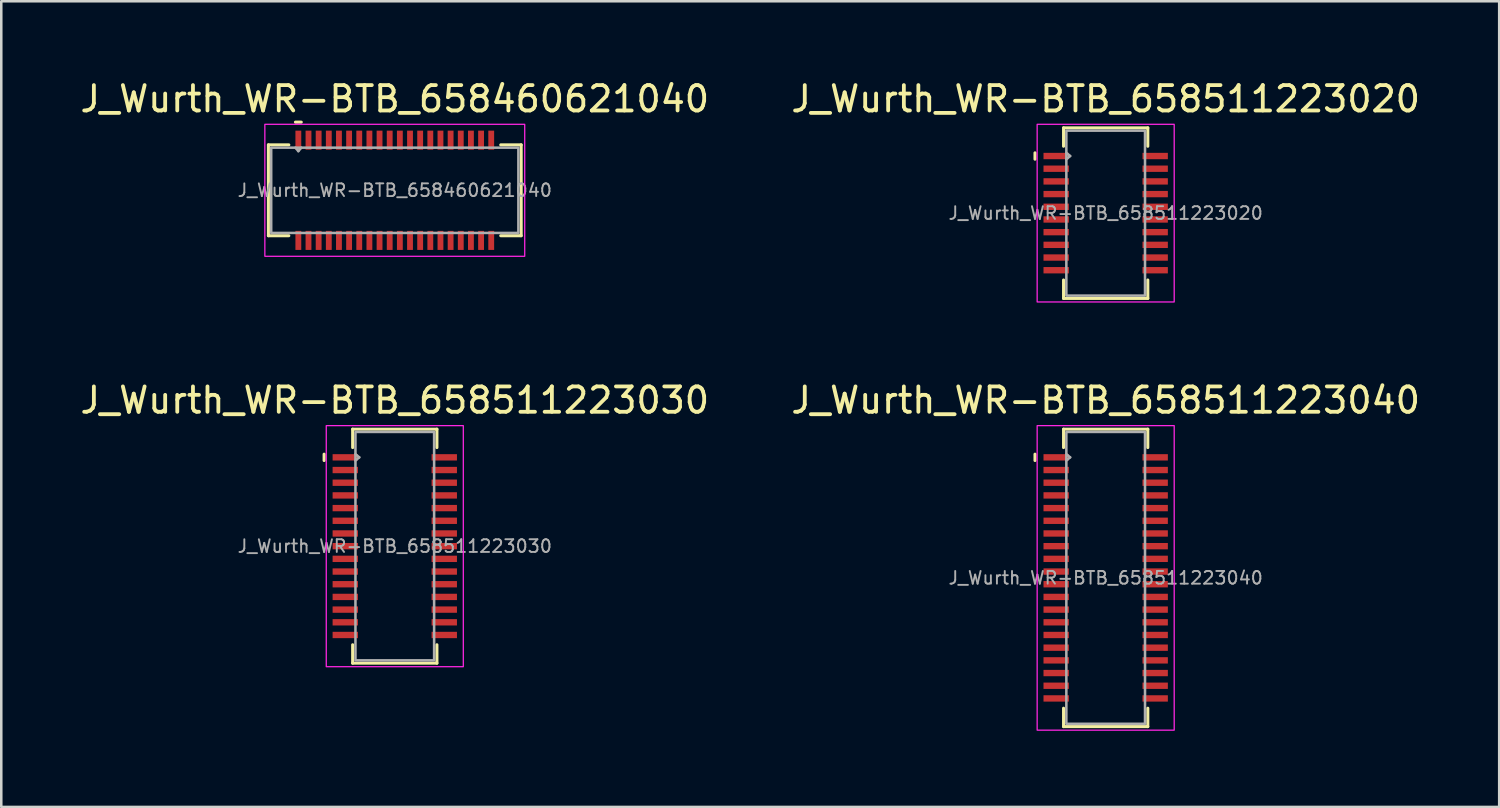
<source format=kicad_pcb>
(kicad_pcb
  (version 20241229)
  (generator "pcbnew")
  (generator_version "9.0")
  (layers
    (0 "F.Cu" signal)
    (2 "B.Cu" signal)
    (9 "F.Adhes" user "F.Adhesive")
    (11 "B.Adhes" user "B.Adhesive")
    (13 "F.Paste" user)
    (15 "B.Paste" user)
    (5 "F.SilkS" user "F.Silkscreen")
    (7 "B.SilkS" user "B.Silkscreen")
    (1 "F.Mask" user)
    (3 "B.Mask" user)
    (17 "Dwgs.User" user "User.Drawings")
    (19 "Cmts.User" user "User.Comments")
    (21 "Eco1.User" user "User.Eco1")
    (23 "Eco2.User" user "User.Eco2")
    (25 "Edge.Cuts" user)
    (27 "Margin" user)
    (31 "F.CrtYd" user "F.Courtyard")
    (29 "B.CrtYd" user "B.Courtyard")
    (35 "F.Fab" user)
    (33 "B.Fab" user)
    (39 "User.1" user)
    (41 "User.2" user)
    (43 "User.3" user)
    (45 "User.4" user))
  (footprint "J_Wurth_WR-BTB_658511223020"
    (layer "F.Cu")
    (at 40.518 5.348)
    (property "Reference" "J_Wurth_WR-BTB_658511223020" (at 0 -4.5 0) (unlocked yes) (layer "F.SilkS") (effects (font (size 1 1) (thickness 0.15))))
    (attr smd)
    (fp_line (start -2.785 -2.375) (end -2.785 -2.125) (stroke (width 0.12) (type solid)) (layer "F.SilkS"))
    (fp_line (start -1.66 -3.36) (end 1.66 -3.36) (stroke (width 0.12) (type default)) (layer "F.SilkS"))
    (fp_line (start -1.66 -2.635) (end -1.66 -3.36) (stroke (width 0.12) (type default)) (layer "F.SilkS"))
    (fp_line (start -1.66 3.36) (end -1.66 2.635) (stroke (width 0.12) (type default)) (layer "F.SilkS"))
    (fp_line (start 1.66 -3.36) (end 1.66 -2.635) (stroke (width 0.12) (type default)) (layer "F.SilkS"))
    (fp_line (start 1.66 3.36) (end -1.66 3.36) (stroke (width 0.12) (type default)) (layer "F.SilkS"))
    (fp_line (start 1.66 3.36) (end 1.66 2.635) (stroke (width 0.12) (type default)) (layer "F.SilkS"))
    (fp_rect (start -2.7 -3.5) (end 2.7 3.5) (stroke (width 0.05) (type solid)) (fill no) (layer "F.CrtYd"))
    (fp_line (start -1.55 -2.375) (end -1.4 -2.25) (stroke (width 0.1) (type solid)) (layer "F.Fab"))
    (fp_line (start -1.55 -2.125) (end -1.4 -2.25) (stroke (width 0.1) (type solid)) (layer "F.Fab"))
    (fp_rect (start -1.55 -3.25) (end 1.55 3.25) (stroke (width 0.1) (type solid)) (fill no) (layer "F.Fab"))
    (fp_text user "${REFERENCE}" (at 0 0 0) (unlocked yes) (layer "F.Fab") (effects (font (size 0.5 0.5) (thickness 0.075))))
    (pad "1" smd rect (at -1.95 -2.25) (size 1 0.25) (layers "F.Cu" "F.Mask" "F.Paste"))
    (pad "2" smd rect (at -1.95 -1.75) (size 1 0.25) (layers "F.Cu" "F.Mask" "F.Paste"))
    (pad "3" smd rect (at -1.95 -1.25) (size 1 0.25) (layers "F.Cu" "F.Mask" "F.Paste"))
    (pad "4" smd rect (at -1.95 -0.75) (size 1 0.25) (layers "F.Cu" "F.Mask" "F.Paste"))
    (pad "5" smd rect (at -1.95 -0.25) (size 1 0.25) (layers "F.Cu" "F.Mask" "F.Paste"))
    (pad "6" smd rect (at -1.95 0.25) (size 1 0.25) (layers "F.Cu" "F.Mask" "F.Paste"))
    (pad "7" smd rect (at -1.95 0.75) (size 1 0.25) (layers "F.Cu" "F.Mask" "F.Paste"))
    (pad "8" smd rect (at -1.95 1.25) (size 1 0.25) (layers "F.Cu" "F.Mask" "F.Paste"))
    (pad "9" smd rect (at -1.95 1.75) (size 1 0.25) (layers "F.Cu" "F.Mask" "F.Paste"))
    (pad "10" smd rect (at -1.95 2.25) (size 1 0.25) (layers "F.Cu" "F.Mask" "F.Paste"))
    (pad "11" smd rect (at 1.95 -2.25) (size 1 0.25) (layers "F.Cu" "F.Mask" "F.Paste"))
    (pad "12" smd rect (at 1.95 -1.75) (size 1 0.25) (layers "F.Cu" "F.Mask" "F.Paste"))
    (pad "13" smd rect (at 1.95 -1.25) (size 1 0.25) (layers "F.Cu" "F.Mask" "F.Paste"))
    (pad "14" smd rect (at 1.95 -0.75) (size 1 0.25) (layers "F.Cu" "F.Mask" "F.Paste"))
    (pad "15" smd rect (at 1.95 -0.25) (size 1 0.25) (layers "F.Cu" "F.Mask" "F.Paste"))
    (pad "16" smd rect (at 1.95 0.25) (size 1 0.25) (layers "F.Cu" "F.Mask" "F.Paste"))
    (pad "17" smd rect (at 1.95 0.75) (size 1 0.25) (layers "F.Cu" "F.Mask" "F.Paste"))
    (pad "18" smd rect (at 1.95 1.25) (size 1 0.25) (layers "F.Cu" "F.Mask" "F.Paste"))
    (pad "19" smd rect (at 1.95 1.75) (size 1 0.25) (layers "F.Cu" "F.Mask" "F.Paste"))
    (pad "20" smd rect (at 1.95 2.25) (size 1 0.25) (layers "F.Cu" "F.Mask" "F.Paste")))
  (footprint "J_Wurth_WR-BTB_658460621040"
    (layer "F.Cu")
    (at 12.506 4.448)
    (property "Reference" "J_Wurth_WR-BTB_658460621040" (at 0 -3.6 0) (unlocked yes) (layer "F.SilkS") (effects (font (size 1 1) (thickness 0.15))))
    (attr smd)
    (fp_line (start -4.98 -1.79) (end -4.175 -1.79) (stroke (width 0.12) (type default)) (layer "F.SilkS"))
    (fp_line (start -4.98 1.79) (end -4.98 -1.79) (stroke (width 0.12) (type default)) (layer "F.SilkS"))
    (fp_line (start -4.175 1.79) (end -4.98 1.79) (stroke (width 0.12) (type default)) (layer "F.SilkS"))
    (fp_line (start -3.915 -2.685) (end -3.685 -2.685) (stroke (width 0.12) (type solid)) (layer "F.SilkS"))
    (fp_line (start 4.98 -1.79) (end 4.175 -1.79) (stroke (width 0.12) (type default)) (layer "F.SilkS"))
    (fp_line (start 4.98 -1.79) (end 4.98 1.79) (stroke (width 0.12) (type default)) (layer "F.SilkS"))
    (fp_line (start 4.98 1.79) (end 4.175 1.79) (stroke (width 0.12) (type default)) (layer "F.SilkS"))
    (fp_rect (start -5.12 -2.6) (end 5.12 2.6) (stroke (width 0.05) (type solid)) (fill no) (layer "F.CrtYd"))
    (fp_line (start -3.915 -1.68) (end -3.8 -1.542) (stroke (width 0.1) (type solid)) (layer "F.Fab"))
    (fp_line (start -3.685 -1.68) (end -3.8 -1.542) (stroke (width 0.1) (type solid)) (layer "F.Fab"))
    (fp_rect (start -4.87 -1.68) (end 4.87 1.68) (stroke (width 0.1) (type solid)) (fill no) (layer "F.Fab"))
    (fp_text user "${REFERENCE}" (at 0 0 0) (unlocked yes) (layer "F.Fab") (effects (font (size 0.5 0.5) (thickness 0.075))))
    (pad "1" smd rect (at -3.8 -1.975) (size 0.23 0.75) (layers "F.Cu" "F.Mask" "F.Paste"))
    (pad "2" smd rect (at -3.4 -1.975) (size 0.23 0.75) (layers "F.Cu" "F.Mask" "F.Paste"))
    (pad "3" smd rect (at -3 -1.975) (size 0.23 0.75) (layers "F.Cu" "F.Mask" "F.Paste"))
    (pad "4" smd rect (at -2.6 -1.975) (size 0.23 0.75) (layers "F.Cu" "F.Mask" "F.Paste"))
    (pad "5" smd rect (at -2.2 -1.975) (size 0.23 0.75) (layers "F.Cu" "F.Mask" "F.Paste"))
    (pad "6" smd rect (at -1.8 -1.975) (size 0.23 0.75) (layers "F.Cu" "F.Mask" "F.Paste"))
    (pad "7" smd rect (at -1.4 -1.975) (size 0.23 0.75) (layers "F.Cu" "F.Mask" "F.Paste"))
    (pad "8" smd rect (at -1 -1.975) (size 0.23 0.75) (layers "F.Cu" "F.Mask" "F.Paste"))
    (pad "9" smd rect (at -0.6 -1.975) (size 0.23 0.75) (layers "F.Cu" "F.Mask" "F.Paste"))
    (pad "10" smd rect (at -0.2 -1.975) (size 0.23 0.75) (layers "F.Cu" "F.Mask" "F.Paste"))
    (pad "11" smd rect (at 0.2 -1.975) (size 0.23 0.75) (layers "F.Cu" "F.Mask" "F.Paste"))
    (pad "12" smd rect (at 0.6 -1.975) (size 0.23 0.75) (layers "F.Cu" "F.Mask" "F.Paste"))
    (pad "13" smd rect (at 1 -1.975) (size 0.23 0.75) (layers "F.Cu" "F.Mask" "F.Paste"))
    (pad "14" smd rect (at 1.4 -1.975) (size 0.23 0.75) (layers "F.Cu" "F.Mask" "F.Paste"))
    (pad "15" smd rect (at 1.8 -1.975) (size 0.23 0.75) (layers "F.Cu" "F.Mask" "F.Paste"))
    (pad "16" smd rect (at 2.2 -1.975) (size 0.23 0.75) (layers "F.Cu" "F.Mask" "F.Paste"))
    (pad "17" smd rect (at 2.6 -1.975) (size 0.23 0.75) (layers "F.Cu" "F.Mask" "F.Paste"))
    (pad "18" smd rect (at 3 -1.975) (size 0.23 0.75) (layers "F.Cu" "F.Mask" "F.Paste"))
    (pad "19" smd rect (at 3.4 -1.975) (size 0.23 0.75) (layers "F.Cu" "F.Mask" "F.Paste"))
    (pad "20" smd rect (at 3.8 -1.975) (size 0.23 0.75) (layers "F.Cu" "F.Mask" "F.Paste"))
    (pad "21" smd rect (at -3.8 1.975) (size 0.23 0.75) (layers "F.Cu" "F.Mask" "F.Paste"))
    (pad "22" smd rect (at -3.4 1.975) (size 0.23 0.75) (layers "F.Cu" "F.Mask" "F.Paste"))
    (pad "23" smd rect (at -3 1.975) (size 0.23 0.75) (layers "F.Cu" "F.Mask" "F.Paste"))
    (pad "24" smd rect (at -2.6 1.975) (size 0.23 0.75) (layers "F.Cu" "F.Mask" "F.Paste"))
    (pad "25" smd rect (at -2.2 1.975) (size 0.23 0.75) (layers "F.Cu" "F.Mask" "F.Paste"))
    (pad "26" smd rect (at -1.8 1.975) (size 0.23 0.75) (layers "F.Cu" "F.Mask" "F.Paste"))
    (pad "27" smd rect (at -1.4 1.975) (size 0.23 0.75) (layers "F.Cu" "F.Mask" "F.Paste"))
    (pad "28" smd rect (at -1 1.975) (size 0.23 0.75) (layers "F.Cu" "F.Mask" "F.Paste"))
    (pad "29" smd rect (at -0.6 1.975) (size 0.23 0.75) (layers "F.Cu" "F.Mask" "F.Paste"))
    (pad "30" smd rect (at -0.2 1.975) (size 0.23 0.75) (layers "F.Cu" "F.Mask" "F.Paste"))
    (pad "31" smd rect (at 0.2 1.975) (size 0.23 0.75) (layers "F.Cu" "F.Mask" "F.Paste"))
    (pad "32" smd rect (at 0.6 1.975) (size 0.23 0.75) (layers "F.Cu" "F.Mask" "F.Paste"))
    (pad "33" smd rect (at 1 1.975) (size 0.23 0.75) (layers "F.Cu" "F.Mask" "F.Paste"))
    (pad "34" smd rect (at 1.4 1.975) (size 0.23 0.75) (layers "F.Cu" "F.Mask" "F.Paste"))
    (pad "35" smd rect (at 1.8 1.975) (size 0.23 0.75) (layers "F.Cu" "F.Mask" "F.Paste"))
    (pad "36" smd rect (at 2.2 1.975) (size 0.23 0.75) (layers "F.Cu" "F.Mask" "F.Paste"))
    (pad "37" smd rect (at 2.6 1.975) (size 0.23 0.75) (layers "F.Cu" "F.Mask" "F.Paste"))
    (pad "38" smd rect (at 3 1.975) (size 0.23 0.75) (layers "F.Cu" "F.Mask" "F.Paste"))
    (pad "39" smd rect (at 3.4 1.975) (size 0.23 0.75) (layers "F.Cu" "F.Mask" "F.Paste"))
    (pad "40" smd rect (at 3.8 1.975) (size 0.23 0.75) (layers "F.Cu" "F.Mask" "F.Paste")))
  (footprint "J_Wurth_WR-BTB_658511223040"
    (layer "F.Cu")
    (at 40.518 19.721)
    (property "Reference" "J_Wurth_WR-BTB_658511223040" (at 0 -7 0) (unlocked yes) (layer "F.SilkS") (effects (font (size 1 1) (thickness 0.15))))
    (attr smd)
    (fp_line (start -2.785 -4.875) (end -2.785 -4.625) (stroke (width 0.12) (type solid)) (layer "F.SilkS"))
    (fp_line (start -1.66 -5.86) (end 1.66 -5.86) (stroke (width 0.12) (type default)) (layer "F.SilkS"))
    (fp_line (start -1.66 -5.135) (end -1.66 -5.86) (stroke (width 0.12) (type default)) (layer "F.SilkS"))
    (fp_line (start -1.66 5.86) (end -1.66 5.135) (stroke (width 0.12) (type default)) (layer "F.SilkS"))
    (fp_line (start 1.66 -5.86) (end 1.66 -5.135) (stroke (width 0.12) (type default)) (layer "F.SilkS"))
    (fp_line (start 1.66 5.86) (end -1.66 5.86) (stroke (width 0.12) (type default)) (layer "F.SilkS"))
    (fp_line (start 1.66 5.86) (end 1.66 5.135) (stroke (width 0.12) (type default)) (layer "F.SilkS"))
    (fp_rect (start -2.7 -6) (end 2.7 6) (stroke (width 0.05) (type solid)) (fill no) (layer "F.CrtYd"))
    (fp_line (start -1.55 -4.875) (end -1.4 -4.75) (stroke (width 0.1) (type solid)) (layer "F.Fab"))
    (fp_line (start -1.55 -4.625) (end -1.4 -4.75) (stroke (width 0.1) (type solid)) (layer "F.Fab"))
    (fp_rect (start -1.55 -5.75) (end 1.55 5.75) (stroke (width 0.1) (type solid)) (fill no) (layer "F.Fab"))
    (fp_text user "${REFERENCE}" (at 0 0 0) (unlocked yes) (layer "F.Fab") (effects (font (size 0.5 0.5) (thickness 0.075))))
    (pad "1" smd rect (at -1.95 -4.75) (size 1 0.25) (layers "F.Cu" "F.Mask" "F.Paste"))
    (pad "2" smd rect (at -1.95 -4.25) (size 1 0.25) (layers "F.Cu" "F.Mask" "F.Paste"))
    (pad "3" smd rect (at -1.95 -3.75) (size 1 0.25) (layers "F.Cu" "F.Mask" "F.Paste"))
    (pad "4" smd rect (at -1.95 -3.25) (size 1 0.25) (layers "F.Cu" "F.Mask" "F.Paste"))
    (pad "5" smd rect (at -1.95 -2.75) (size 1 0.25) (layers "F.Cu" "F.Mask" "F.Paste"))
    (pad "6" smd rect (at -1.95 -2.25) (size 1 0.25) (layers "F.Cu" "F.Mask" "F.Paste"))
    (pad "7" smd rect (at -1.95 -1.75) (size 1 0.25) (layers "F.Cu" "F.Mask" "F.Paste"))
    (pad "8" smd rect (at -1.95 -1.25) (size 1 0.25) (layers "F.Cu" "F.Mask" "F.Paste"))
    (pad "9" smd rect (at -1.95 -0.75) (size 1 0.25) (layers "F.Cu" "F.Mask" "F.Paste"))
    (pad "10" smd rect (at -1.95 -0.25) (size 1 0.25) (layers "F.Cu" "F.Mask" "F.Paste"))
    (pad "11" smd rect (at -1.95 0.25) (size 1 0.25) (layers "F.Cu" "F.Mask" "F.Paste"))
    (pad "12" smd rect (at -1.95 0.75) (size 1 0.25) (layers "F.Cu" "F.Mask" "F.Paste"))
    (pad "13" smd rect (at -1.95 1.25) (size 1 0.25) (layers "F.Cu" "F.Mask" "F.Paste"))
    (pad "14" smd rect (at -1.95 1.75) (size 1 0.25) (layers "F.Cu" "F.Mask" "F.Paste"))
    (pad "15" smd rect (at -1.95 2.25) (size 1 0.25) (layers "F.Cu" "F.Mask" "F.Paste"))
    (pad "16" smd rect (at -1.95 2.75) (size 1 0.25) (layers "F.Cu" "F.Mask" "F.Paste"))
    (pad "17" smd rect (at -1.95 3.25) (size 1 0.25) (layers "F.Cu" "F.Mask" "F.Paste"))
    (pad "18" smd rect (at -1.95 3.75) (size 1 0.25) (layers "F.Cu" "F.Mask" "F.Paste"))
    (pad "19" smd rect (at -1.95 4.25) (size 1 0.25) (layers "F.Cu" "F.Mask" "F.Paste"))
    (pad "20" smd rect (at -1.95 4.75) (size 1 0.25) (layers "F.Cu" "F.Mask" "F.Paste"))
    (pad "21" smd rect (at 1.95 -4.75) (size 1 0.25) (layers "F.Cu" "F.Mask" "F.Paste"))
    (pad "22" smd rect (at 1.95 -4.25) (size 1 0.25) (layers "F.Cu" "F.Mask" "F.Paste"))
    (pad "23" smd rect (at 1.95 -3.75) (size 1 0.25) (layers "F.Cu" "F.Mask" "F.Paste"))
    (pad "24" smd rect (at 1.95 -3.25) (size 1 0.25) (layers "F.Cu" "F.Mask" "F.Paste"))
    (pad "25" smd rect (at 1.95 -2.75) (size 1 0.25) (layers "F.Cu" "F.Mask" "F.Paste"))
    (pad "26" smd rect (at 1.95 -2.25) (size 1 0.25) (layers "F.Cu" "F.Mask" "F.Paste"))
    (pad "27" smd rect (at 1.95 -1.75) (size 1 0.25) (layers "F.Cu" "F.Mask" "F.Paste"))
    (pad "28" smd rect (at 1.95 -1.25) (size 1 0.25) (layers "F.Cu" "F.Mask" "F.Paste"))
    (pad "29" smd rect (at 1.95 -0.75) (size 1 0.25) (layers "F.Cu" "F.Mask" "F.Paste"))
    (pad "30" smd rect (at 1.95 -0.25) (size 1 0.25) (layers "F.Cu" "F.Mask" "F.Paste"))
    (pad "31" smd rect (at 1.95 0.25) (size 1 0.25) (layers "F.Cu" "F.Mask" "F.Paste"))
    (pad "32" smd rect (at 1.95 0.75) (size 1 0.25) (layers "F.Cu" "F.Mask" "F.Paste"))
    (pad "33" smd rect (at 1.95 1.25) (size 1 0.25) (layers "F.Cu" "F.Mask" "F.Paste"))
    (pad "34" smd rect (at 1.95 1.75) (size 1 0.25) (layers "F.Cu" "F.Mask" "F.Paste"))
    (pad "35" smd rect (at 1.95 2.25) (size 1 0.25) (layers "F.Cu" "F.Mask" "F.Paste"))
    (pad "36" smd rect (at 1.95 2.75) (size 1 0.25) (layers "F.Cu" "F.Mask" "F.Paste"))
    (pad "37" smd rect (at 1.95 3.25) (size 1 0.25) (layers "F.Cu" "F.Mask" "F.Paste"))
    (pad "38" smd rect (at 1.95 3.75) (size 1 0.25) (layers "F.Cu" "F.Mask" "F.Paste"))
    (pad "39" smd rect (at 1.95 4.25) (size 1 0.25) (layers "F.Cu" "F.Mask" "F.Paste"))
    (pad "40" smd rect (at 1.95 4.75) (size 1 0.25) (layers "F.Cu" "F.Mask" "F.Paste")))
  (footprint "J_Wurth_WR-BTB_658511223030"
    (layer "F.Cu")
    (at 12.506 18.471)
    (property "Reference" "J_Wurth_WR-BTB_658511223030" (at 0 -5.75 0) (unlocked yes) (layer "F.SilkS") (effects (font (size 1 1) (thickness 0.15))))
    (attr smd)
    (fp_line (start -2.785 -3.625) (end -2.785 -3.375) (stroke (width 0.12) (type solid)) (layer "F.SilkS"))
    (fp_line (start -1.66 -4.61) (end 1.66 -4.61) (stroke (width 0.12) (type default)) (layer "F.SilkS"))
    (fp_line (start -1.66 -3.885) (end -1.66 -4.61) (stroke (width 0.12) (type default)) (layer "F.SilkS"))
    (fp_line (start -1.66 4.61) (end -1.66 3.885) (stroke (width 0.12) (type default)) (layer "F.SilkS"))
    (fp_line (start 1.66 -4.61) (end 1.66 -3.885) (stroke (width 0.12) (type default)) (layer "F.SilkS"))
    (fp_line (start 1.66 4.61) (end -1.66 4.61) (stroke (width 0.12) (type default)) (layer "F.SilkS"))
    (fp_line (start 1.66 4.61) (end 1.66 3.885) (stroke (width 0.12) (type default)) (layer "F.SilkS"))
    (fp_rect (start -2.7 -4.75) (end 2.7 4.75) (stroke (width 0.05) (type solid)) (fill no) (layer "F.CrtYd"))
    (fp_line (start -1.55 -3.625) (end -1.4 -3.5) (stroke (width 0.1) (type solid)) (layer "F.Fab"))
    (fp_line (start -1.55 -3.375) (end -1.4 -3.5) (stroke (width 0.1) (type solid)) (layer "F.Fab"))
    (fp_rect (start -1.55 -4.5) (end 1.55 4.5) (stroke (width 0.1) (type solid)) (fill no) (layer "F.Fab"))
    (fp_text user "${REFERENCE}" (at 0 0 0) (unlocked yes) (layer "F.Fab") (effects (font (size 0.5 0.5) (thickness 0.075))))
    (pad "1" smd rect (at -1.95 -3.5) (size 1 0.25) (layers "F.Cu" "F.Mask" "F.Paste"))
    (pad "2" smd rect (at -1.95 -3) (size 1 0.25) (layers "F.Cu" "F.Mask" "F.Paste"))
    (pad "3" smd rect (at -1.95 -2.5) (size 1 0.25) (layers "F.Cu" "F.Mask" "F.Paste"))
    (pad "4" smd rect (at -1.95 -2) (size 1 0.25) (layers "F.Cu" "F.Mask" "F.Paste"))
    (pad "5" smd rect (at -1.95 -1.5) (size 1 0.25) (layers "F.Cu" "F.Mask" "F.Paste"))
    (pad "6" smd rect (at -1.95 -1) (size 1 0.25) (layers "F.Cu" "F.Mask" "F.Paste"))
    (pad "7" smd rect (at -1.95 -0.5) (size 1 0.25) (layers "F.Cu" "F.Mask" "F.Paste"))
    (pad "8" smd rect (at -1.95 0) (size 1 0.25) (layers "F.Cu" "F.Mask" "F.Paste"))
    (pad "9" smd rect (at -1.95 0.5) (size 1 0.25) (layers "F.Cu" "F.Mask" "F.Paste"))
    (pad "10" smd rect (at -1.95 1) (size 1 0.25) (layers "F.Cu" "F.Mask" "F.Paste"))
    (pad "11" smd rect (at -1.95 1.5) (size 1 0.25) (layers "F.Cu" "F.Mask" "F.Paste"))
    (pad "12" smd rect (at -1.95 2) (size 1 0.25) (layers "F.Cu" "F.Mask" "F.Paste"))
    (pad "13" smd rect (at -1.95 2.5) (size 1 0.25) (layers "F.Cu" "F.Mask" "F.Paste"))
    (pad "14" smd rect (at -1.95 3) (size 1 0.25) (layers "F.Cu" "F.Mask" "F.Paste"))
    (pad "15" smd rect (at -1.95 3.5) (size 1 0.25) (layers "F.Cu" "F.Mask" "F.Paste"))
    (pad "16" smd rect (at 1.95 -3.5) (size 1 0.25) (layers "F.Cu" "F.Mask" "F.Paste"))
    (pad "17" smd rect (at 1.95 -3) (size 1 0.25) (layers "F.Cu" "F.Mask" "F.Paste"))
    (pad "18" smd rect (at 1.95 -2.5) (size 1 0.25) (layers "F.Cu" "F.Mask" "F.Paste"))
    (pad "19" smd rect (at 1.95 -2) (size 1 0.25) (layers "F.Cu" "F.Mask" "F.Paste"))
    (pad "20" smd rect (at 1.95 -1.5) (size 1 0.25) (layers "F.Cu" "F.Mask" "F.Paste"))
    (pad "21" smd rect (at 1.95 -1) (size 1 0.25) (layers "F.Cu" "F.Mask" "F.Paste"))
    (pad "22" smd rect (at 1.95 -0.5) (size 1 0.25) (layers "F.Cu" "F.Mask" "F.Paste"))
    (pad "23" smd rect (at 1.95 0) (size 1 0.25) (layers "F.Cu" "F.Mask" "F.Paste"))
    (pad "24" smd rect (at 1.95 0.5) (size 1 0.25) (layers "F.Cu" "F.Mask" "F.Paste"))
    (pad "25" smd rect (at 1.95 1) (size 1 0.25) (layers "F.Cu" "F.Mask" "F.Paste"))
    (pad "26" smd rect (at 1.95 1.5) (size 1 0.25) (layers "F.Cu" "F.Mask" "F.Paste"))
    (pad "27" smd rect (at 1.95 2) (size 1 0.25) (layers "F.Cu" "F.Mask" "F.Paste"))
    (pad "28" smd rect (at 1.95 2.5) (size 1 0.25) (layers "F.Cu" "F.Mask" "F.Paste"))
    (pad "29" smd rect (at 1.95 3) (size 1 0.25) (layers "F.Cu" "F.Mask" "F.Paste"))
    (pad "30" smd rect (at 1.95 3.5) (size 1 0.25) (layers "F.Cu" "F.Mask" "F.Paste")))
  (gr_rect
    (start -3 -3)
    (end 56.024 28.747)
    (stroke (width 0.1) (type default))
    (fill no)
    (layer "Edge.Cuts")))
</source>
